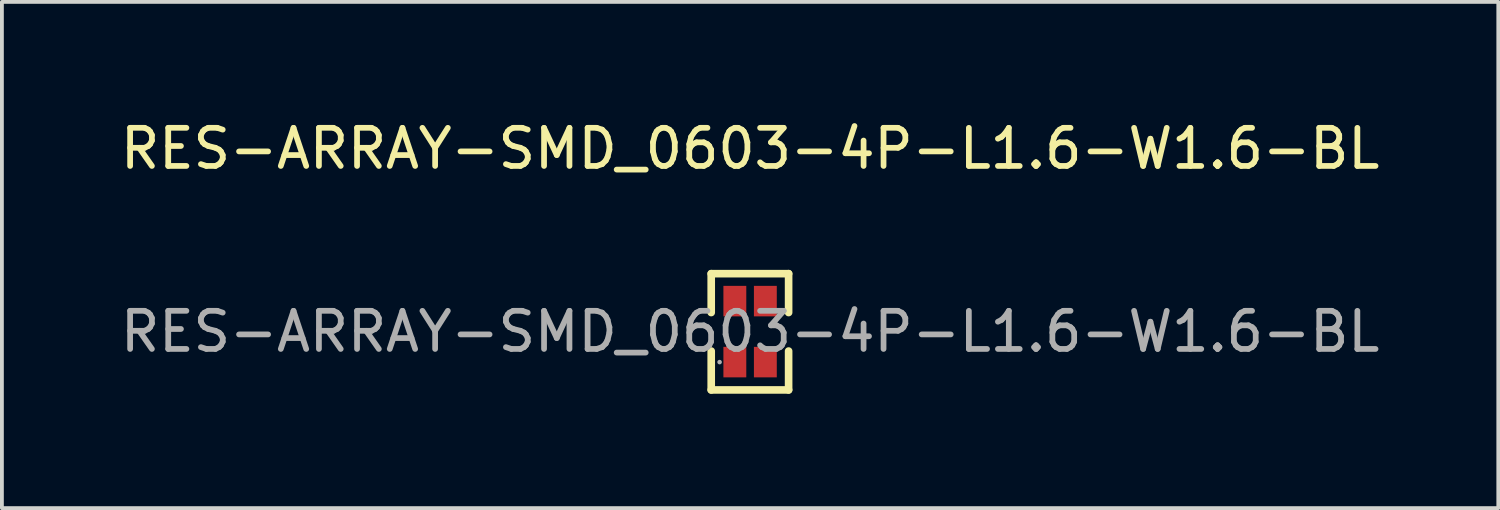
<source format=kicad_pcb>
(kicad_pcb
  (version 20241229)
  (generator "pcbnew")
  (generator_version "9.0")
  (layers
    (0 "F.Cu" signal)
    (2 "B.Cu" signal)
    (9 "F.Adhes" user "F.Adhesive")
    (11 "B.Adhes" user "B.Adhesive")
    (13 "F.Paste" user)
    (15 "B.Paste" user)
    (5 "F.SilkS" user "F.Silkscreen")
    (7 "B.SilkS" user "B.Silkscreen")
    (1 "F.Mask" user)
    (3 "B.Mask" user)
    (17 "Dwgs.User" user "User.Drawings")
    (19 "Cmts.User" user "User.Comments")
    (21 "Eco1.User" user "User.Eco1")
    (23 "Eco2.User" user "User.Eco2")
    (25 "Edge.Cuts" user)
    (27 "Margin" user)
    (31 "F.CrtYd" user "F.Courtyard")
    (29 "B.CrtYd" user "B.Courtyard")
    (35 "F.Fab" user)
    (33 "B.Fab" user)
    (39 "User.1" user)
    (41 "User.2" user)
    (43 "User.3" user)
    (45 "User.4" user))
  (footprint "RES-ARRAY-SMD_0603-4P-L1.6-W1.6-BL"
    (layer "F.Cu")
    (at 16.625 5.648)
    (property "Reference" "RES-ARRAY-SMD_0603-4P-L1.6-W1.6-BL" (at 0 -4.8 0) (layer "F.SilkS") (effects (font (size 1 1) (thickness 0.15))))
    (attr through_hole)
    (fp_line (start -1.02 -1.52) (end -1.02 -0.5) (stroke (width 0.2) (type solid)) (layer "F.SilkS"))
    (fp_line (start -1.02 0.51) (end -1.02 1.53) (stroke (width 0.2) (type solid)) (layer "F.SilkS"))
    (fp_line (start -1.02 1.53) (end 1.01 1.53) (stroke (width 0.2) (type solid)) (layer "F.SilkS"))
    (fp_line (start 1.01 -1.52) (end -1.02 -1.52) (stroke (width 0.2) (type solid)) (layer "F.SilkS"))
    (fp_line (start 1.01 -0.5) (end 1.01 -1.52) (stroke (width 0.2) (type solid)) (layer "F.SilkS"))
    (fp_line (start 1.01 1.53) (end 1.01 0.51) (stroke (width 0.2) (type solid)) (layer "F.SilkS"))
    (fp_circle (center -0.8 0.8) (end -0.77 0.8) (stroke (width 0.06) (type solid)) (fill no) (layer "F.Fab"))
    (fp_text user "${REFERENCE}" (at 0 0 0) (layer "F.Fab") (effects (font (size 1 1) (thickness 0.15))))
    (pad "1" smd rect (at -0.4 0.8 90) (size 0.8 0.6) (layers "F.Cu" "F.Mask" "F.Paste"))
    (pad "2" smd rect (at 0.4 0.8 90) (size 0.8 0.6) (layers "F.Cu" "F.Mask" "F.Paste"))
    (pad "3" smd rect (at 0.4 -0.8 90) (size 0.8 0.6) (layers "F.Cu" "F.Mask" "F.Paste"))
    (pad "4" smd rect (at -0.4 -0.8 90) (size 0.8 0.6) (layers "F.Cu" "F.Mask" "F.Paste")))
  (gr_rect
    (start -3 -3)
    (end 36.25 10.278)
    (stroke (width 0.1) (type default))
    (fill no)
    (layer "Edge.Cuts")))
</source>
